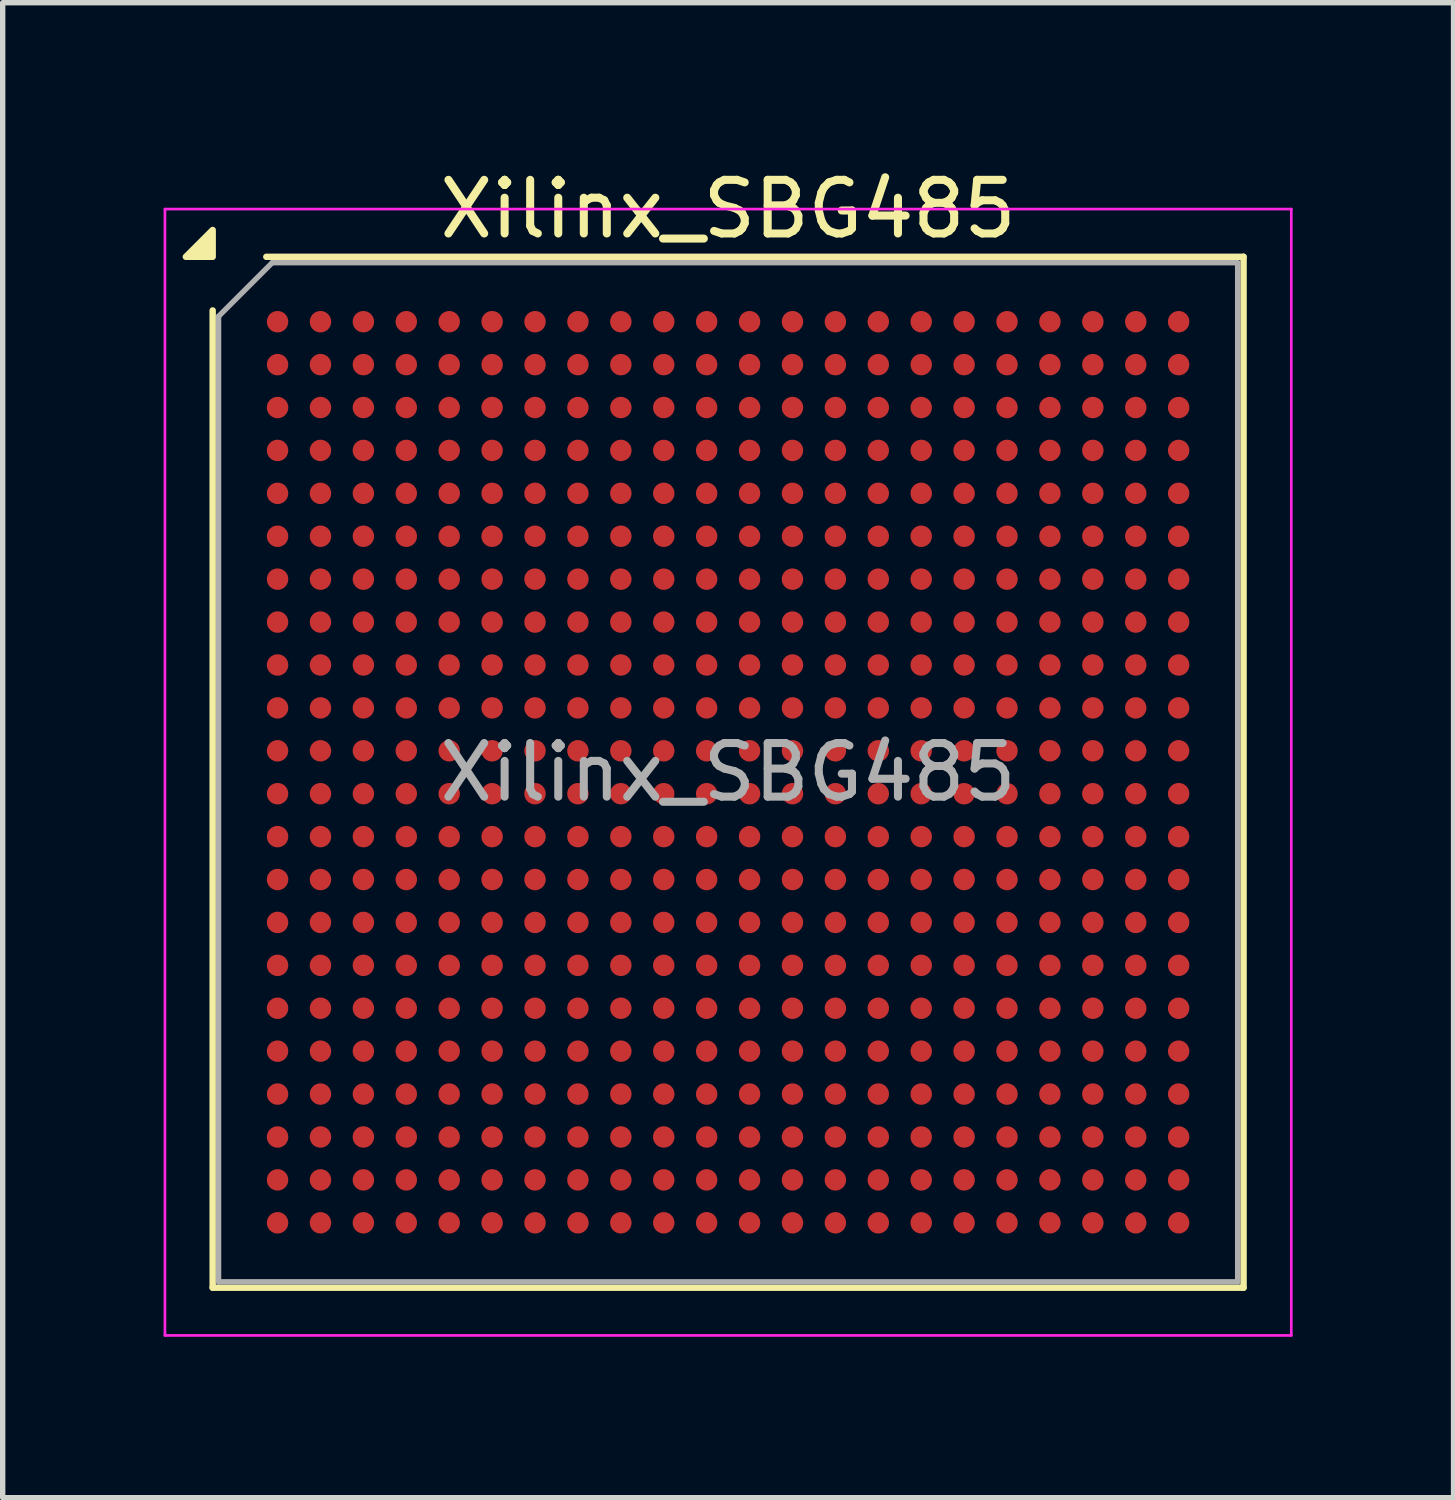
<source format=kicad_pcb>
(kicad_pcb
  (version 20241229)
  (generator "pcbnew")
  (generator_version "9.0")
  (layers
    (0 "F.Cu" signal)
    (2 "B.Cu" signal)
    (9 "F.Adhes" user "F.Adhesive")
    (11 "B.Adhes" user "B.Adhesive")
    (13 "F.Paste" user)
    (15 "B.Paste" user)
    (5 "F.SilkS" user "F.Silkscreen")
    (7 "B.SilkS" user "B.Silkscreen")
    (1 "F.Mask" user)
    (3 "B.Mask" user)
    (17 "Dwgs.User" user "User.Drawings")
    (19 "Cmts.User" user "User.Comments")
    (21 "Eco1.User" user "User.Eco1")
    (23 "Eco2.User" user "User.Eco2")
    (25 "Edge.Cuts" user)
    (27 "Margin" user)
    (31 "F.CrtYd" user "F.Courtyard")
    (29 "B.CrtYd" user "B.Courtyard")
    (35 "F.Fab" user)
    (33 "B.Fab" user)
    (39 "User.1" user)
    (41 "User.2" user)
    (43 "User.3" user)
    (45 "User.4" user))
  (footprint "Xilinx_SBG485"
    (layer "F.Cu")
    (at 10.525 11.348)
    (property "Reference" "Xilinx_SBG485" (at 0 -10.5 0) (layer "F.SilkS") (effects (font (size 1 1) (thickness 0.15))))
    (attr smd)
    (fp_line (start -9.61 9.61) (end -9.61 -8.61) (stroke (width 0.12) (type solid)) (layer "F.SilkS"))
    (fp_line (start -8.61 -9.61) (end 9.61 -9.61) (stroke (width 0.12) (type solid)) (layer "F.SilkS"))
    (fp_line (start 9.61 -9.61) (end 9.61 9.61) (stroke (width 0.12) (type solid)) (layer "F.SilkS"))
    (fp_line (start 9.61 9.61) (end -9.61 9.61) (stroke (width 0.12) (type solid)) (layer "F.SilkS"))
    (fp_poly (pts (xy -9.61 -9.61) (xy -10.11 -9.61) (xy -9.61 -10.11)) (stroke (width 0.12) (type solid)) (fill yes) (layer "F.SilkS"))
    (fp_line (start -10.5 -10.5) (end -10.5 10.5) (stroke (width 0.05) (type solid)) (layer "F.CrtYd"))
    (fp_line (start -10.5 10.5) (end 10.5 10.5) (stroke (width 0.05) (type solid)) (layer "F.CrtYd"))
    (fp_line (start 10.5 -10.5) (end -10.5 -10.5) (stroke (width 0.05) (type solid)) (layer "F.CrtYd"))
    (fp_line (start 10.5 10.5) (end 10.5 -10.5) (stroke (width 0.05) (type solid)) (layer "F.CrtYd"))
    (fp_line (start -9.5 -8.5) (end -8.5 -9.5) (stroke (width 0.1) (type solid)) (layer "F.Fab"))
    (fp_line (start -9.5 9.5) (end -9.5 -8.5) (stroke (width 0.1) (type solid)) (layer "F.Fab"))
    (fp_line (start -8.5 -9.5) (end 9.5 -9.5) (stroke (width 0.1) (type solid)) (layer "F.Fab"))
    (fp_line (start 9.5 -9.5) (end 9.5 9.5) (stroke (width 0.1) (type solid)) (layer "F.Fab"))
    (fp_line (start 9.5 9.5) (end -9.5 9.5) (stroke (width 0.1) (type solid)) (layer "F.Fab"))
    (fp_text user "${REFERENCE}" (at 0 0 0) (layer "F.Fab") (effects (font (size 1 1) (thickness 0.15))))
    (pad "A1" smd circle (at -8.4 -8.4) (size 0.4 0.4) (property pad_prop_bga) (layers "F.Cu" "F.Mask" "F.Paste"))
    (pad "A2" smd circle (at -7.6 -8.4) (size 0.4 0.4) (property pad_prop_bga) (layers "F.Cu" "F.Mask" "F.Paste"))
    (pad "A3" smd circle (at -6.8 -8.4) (size 0.4 0.4) (property pad_prop_bga) (layers "F.Cu" "F.Mask" "F.Paste"))
    (pad "A4" smd circle (at -6 -8.4) (size 0.4 0.4) (property pad_prop_bga) (layers "F.Cu" "F.Mask" "F.Paste"))
    (pad "A5" smd circle (at -5.2 -8.4) (size 0.4 0.4) (property pad_prop_bga) (layers "F.Cu" "F.Mask" "F.Paste"))
    (pad "A6" smd circle (at -4.4 -8.4) (size 0.4 0.4) (property pad_prop_bga) (layers "F.Cu" "F.Mask" "F.Paste"))
    (pad "A7" smd circle (at -3.6 -8.4) (size 0.4 0.4) (property pad_prop_bga) (layers "F.Cu" "F.Mask" "F.Paste"))
    (pad "A8" smd circle (at -2.8 -8.4) (size 0.4 0.4) (property pad_prop_bga) (layers "F.Cu" "F.Mask" "F.Paste"))
    (pad "A9" smd circle (at -2 -8.4) (size 0.4 0.4) (property pad_prop_bga) (layers "F.Cu" "F.Mask" "F.Paste"))
    (pad "A10" smd circle (at -1.2 -8.4) (size 0.4 0.4) (property pad_prop_bga) (layers "F.Cu" "F.Mask" "F.Paste"))
    (pad "A11" smd circle (at -0.4 -8.4) (size 0.4 0.4) (property pad_prop_bga) (layers "F.Cu" "F.Mask" "F.Paste"))
    (pad "A12" smd circle (at 0.4 -8.4) (size 0.4 0.4) (property pad_prop_bga) (layers "F.Cu" "F.Mask" "F.Paste"))
    (pad "A13" smd circle (at 1.2 -8.4) (size 0.4 0.4) (property pad_prop_bga) (layers "F.Cu" "F.Mask" "F.Paste"))
    (pad "A14" smd circle (at 2 -8.4) (size 0.4 0.4) (property pad_prop_bga) (layers "F.Cu" "F.Mask" "F.Paste"))
    (pad "A15" smd circle (at 2.8 -8.4) (size 0.4 0.4) (property pad_prop_bga) (layers "F.Cu" "F.Mask" "F.Paste"))
    (pad "A16" smd circle (at 3.6 -8.4) (size 0.4 0.4) (property pad_prop_bga) (layers "F.Cu" "F.Mask" "F.Paste"))
    (pad "A17" smd circle (at 4.4 -8.4) (size 0.4 0.4) (property pad_prop_bga) (layers "F.Cu" "F.Mask" "F.Paste"))
    (pad "A18" smd circle (at 5.2 -8.4) (size 0.4 0.4) (property pad_prop_bga) (layers "F.Cu" "F.Mask" "F.Paste"))
    (pad "A19" smd circle (at 6 -8.4) (size 0.4 0.4) (property pad_prop_bga) (layers "F.Cu" "F.Mask" "F.Paste"))
    (pad "A20" smd circle (at 6.8 -8.4) (size 0.4 0.4) (property pad_prop_bga) (layers "F.Cu" "F.Mask" "F.Paste"))
    (pad "A21" smd circle (at 7.6 -8.4) (size 0.4 0.4) (property pad_prop_bga) (layers "F.Cu" "F.Mask" "F.Paste"))
    (pad "A22" smd circle (at 8.4 -8.4) (size 0.4 0.4) (property pad_prop_bga) (layers "F.Cu" "F.Mask" "F.Paste"))
    (pad "AA1" smd circle (at -8.4 7.6) (size 0.4 0.4) (property pad_prop_bga) (layers "F.Cu" "F.Mask" "F.Paste"))
    (pad "AA2" smd circle (at -7.6 7.6) (size 0.4 0.4) (property pad_prop_bga) (layers "F.Cu" "F.Mask" "F.Paste"))
    (pad "AA3" smd circle (at -6.8 7.6) (size 0.4 0.4) (property pad_prop_bga) (layers "F.Cu" "F.Mask" "F.Paste"))
    (pad "AA4" smd circle (at -6 7.6) (size 0.4 0.4) (property pad_prop_bga) (layers "F.Cu" "F.Mask" "F.Paste"))
    (pad "AA5" smd circle (at -5.2 7.6) (size 0.4 0.4) (property pad_prop_bga) (layers "F.Cu" "F.Mask" "F.Paste"))
    (pad "AA6" smd circle (at -4.4 7.6) (size 0.4 0.4) (property pad_prop_bga) (layers "F.Cu" "F.Mask" "F.Paste"))
    (pad "AA7" smd circle (at -3.6 7.6) (size 0.4 0.4) (property pad_prop_bga) (layers "F.Cu" "F.Mask" "F.Paste"))
    (pad "AA8" smd circle (at -2.8 7.6) (size 0.4 0.4) (property pad_prop_bga) (layers "F.Cu" "F.Mask" "F.Paste"))
    (pad "AA9" smd circle (at -2 7.6) (size 0.4 0.4) (property pad_prop_bga) (layers "F.Cu" "F.Mask" "F.Paste"))
    (pad "AA10" smd circle (at -1.2 7.6) (size 0.4 0.4) (property pad_prop_bga) (layers "F.Cu" "F.Mask" "F.Paste"))
    (pad "AA11" smd circle (at -0.4 7.6) (size 0.4 0.4) (property pad_prop_bga) (layers "F.Cu" "F.Mask" "F.Paste"))
    (pad "AA12" smd circle (at 0.4 7.6) (size 0.4 0.4) (property pad_prop_bga) (layers "F.Cu" "F.Mask" "F.Paste"))
    (pad "AA13" smd circle (at 1.2 7.6) (size 0.4 0.4) (property pad_prop_bga) (layers "F.Cu" "F.Mask" "F.Paste"))
    (pad "AA14" smd circle (at 2 7.6) (size 0.4 0.4) (property pad_prop_bga) (layers "F.Cu" "F.Mask" "F.Paste"))
    (pad "AA15" smd circle (at 2.8 7.6) (size 0.4 0.4) (property pad_prop_bga) (layers "F.Cu" "F.Mask" "F.Paste"))
    (pad "AA16" smd circle (at 3.6 7.6) (size 0.4 0.4) (property pad_prop_bga) (layers "F.Cu" "F.Mask" "F.Paste"))
    (pad "AA17" smd circle (at 4.4 7.6) (size 0.4 0.4) (property pad_prop_bga) (layers "F.Cu" "F.Mask" "F.Paste"))
    (pad "AA18" smd circle (at 5.2 7.6) (size 0.4 0.4) (property pad_prop_bga) (layers "F.Cu" "F.Mask" "F.Paste"))
    (pad "AA19" smd circle (at 6 7.6) (size 0.4 0.4) (property pad_prop_bga) (layers "F.Cu" "F.Mask" "F.Paste"))
    (pad "AA20" smd circle (at 6.8 7.6) (size 0.4 0.4) (property pad_prop_bga) (layers "F.Cu" "F.Mask" "F.Paste"))
    (pad "AA21" smd circle (at 7.6 7.6) (size 0.4 0.4) (property pad_prop_bga) (layers "F.Cu" "F.Mask" "F.Paste"))
    (pad "AA22" smd circle (at 8.4 7.6) (size 0.4 0.4) (property pad_prop_bga) (layers "F.Cu" "F.Mask" "F.Paste"))
    (pad "AB1" smd circle (at -8.4 8.4) (size 0.4 0.4) (property pad_prop_bga) (layers "F.Cu" "F.Mask" "F.Paste"))
    (pad "AB2" smd circle (at -7.6 8.4) (size 0.4 0.4) (property pad_prop_bga) (layers "F.Cu" "F.Mask" "F.Paste"))
    (pad "AB3" smd circle (at -6.8 8.4) (size 0.4 0.4) (property pad_prop_bga) (layers "F.Cu" "F.Mask" "F.Paste"))
    (pad "AB4" smd circle (at -6 8.4) (size 0.4 0.4) (property pad_prop_bga) (layers "F.Cu" "F.Mask" "F.Paste"))
    (pad "AB5" smd circle (at -5.2 8.4) (size 0.4 0.4) (property pad_prop_bga) (layers "F.Cu" "F.Mask" "F.Paste"))
    (pad "AB6" smd circle (at -4.4 8.4) (size 0.4 0.4) (property pad_prop_bga) (layers "F.Cu" "F.Mask" "F.Paste"))
    (pad "AB7" smd circle (at -3.6 8.4) (size 0.4 0.4) (property pad_prop_bga) (layers "F.Cu" "F.Mask" "F.Paste"))
    (pad "AB8" smd circle (at -2.8 8.4) (size 0.4 0.4) (property pad_prop_bga) (layers "F.Cu" "F.Mask" "F.Paste"))
    (pad "AB9" smd circle (at -2 8.4) (size 0.4 0.4) (property pad_prop_bga) (layers "F.Cu" "F.Mask" "F.Paste"))
    (pad "AB10" smd circle (at -1.2 8.4) (size 0.4 0.4) (property pad_prop_bga) (layers "F.Cu" "F.Mask" "F.Paste"))
    (pad "AB11" smd circle (at -0.4 8.4) (size 0.4 0.4) (property pad_prop_bga) (layers "F.Cu" "F.Mask" "F.Paste"))
    (pad "AB12" smd circle (at 0.4 8.4) (size 0.4 0.4) (property pad_prop_bga) (layers "F.Cu" "F.Mask" "F.Paste"))
    (pad "AB13" smd circle (at 1.2 8.4) (size 0.4 0.4) (property pad_prop_bga) (layers "F.Cu" "F.Mask" "F.Paste"))
    (pad "AB14" smd circle (at 2 8.4) (size 0.4 0.4) (property pad_prop_bga) (layers "F.Cu" "F.Mask" "F.Paste"))
    (pad "AB15" smd circle (at 2.8 8.4) (size 0.4 0.4) (property pad_prop_bga) (layers "F.Cu" "F.Mask" "F.Paste"))
    (pad "AB16" smd circle (at 3.6 8.4) (size 0.4 0.4) (property pad_prop_bga) (layers "F.Cu" "F.Mask" "F.Paste"))
    (pad "AB17" smd circle (at 4.4 8.4) (size 0.4 0.4) (property pad_prop_bga) (layers "F.Cu" "F.Mask" "F.Paste"))
    (pad "AB18" smd circle (at 5.2 8.4) (size 0.4 0.4) (property pad_prop_bga) (layers "F.Cu" "F.Mask" "F.Paste"))
    (pad "AB19" smd circle (at 6 8.4) (size 0.4 0.4) (property pad_prop_bga) (layers "F.Cu" "F.Mask" "F.Paste"))
    (pad "AB20" smd circle (at 6.8 8.4) (size 0.4 0.4) (property pad_prop_bga) (layers "F.Cu" "F.Mask" "F.Paste"))
    (pad "AB21" smd circle (at 7.6 8.4) (size 0.4 0.4) (property pad_prop_bga) (layers "F.Cu" "F.Mask" "F.Paste"))
    (pad "AB22" smd circle (at 8.4 8.4) (size 0.4 0.4) (property pad_prop_bga) (layers "F.Cu" "F.Mask" "F.Paste"))
    (pad "B1" smd circle (at -8.4 -7.6) (size 0.4 0.4) (property pad_prop_bga) (layers "F.Cu" "F.Mask" "F.Paste"))
    (pad "B2" smd circle (at -7.6 -7.6) (size 0.4 0.4) (property pad_prop_bga) (layers "F.Cu" "F.Mask" "F.Paste"))
    (pad "B3" smd circle (at -6.8 -7.6) (size 0.4 0.4) (property pad_prop_bga) (layers "F.Cu" "F.Mask" "F.Paste"))
    (pad "B4" smd circle (at -6 -7.6) (size 0.4 0.4) (property pad_prop_bga) (layers "F.Cu" "F.Mask" "F.Paste"))
    (pad "B5" smd circle (at -5.2 -7.6) (size 0.4 0.4) (property pad_prop_bga) (layers "F.Cu" "F.Mask" "F.Paste"))
    (pad "B6" smd circle (at -4.4 -7.6) (size 0.4 0.4) (property pad_prop_bga) (layers "F.Cu" "F.Mask" "F.Paste"))
    (pad "B7" smd circle (at -3.6 -7.6) (size 0.4 0.4) (property pad_prop_bga) (layers "F.Cu" "F.Mask" "F.Paste"))
    (pad "B8" smd circle (at -2.8 -7.6) (size 0.4 0.4) (property pad_prop_bga) (layers "F.Cu" "F.Mask" "F.Paste"))
    (pad "B9" smd circle (at -2 -7.6) (size 0.4 0.4) (property pad_prop_bga) (layers "F.Cu" "F.Mask" "F.Paste"))
    (pad "B10" smd circle (at -1.2 -7.6) (size 0.4 0.4) (property pad_prop_bga) (layers "F.Cu" "F.Mask" "F.Paste"))
    (pad "B11" smd circle (at -0.4 -7.6) (size 0.4 0.4) (property pad_prop_bga) (layers "F.Cu" "F.Mask" "F.Paste"))
    (pad "B12" smd circle (at 0.4 -7.6) (size 0.4 0.4) (property pad_prop_bga) (layers "F.Cu" "F.Mask" "F.Paste"))
    (pad "B13" smd circle (at 1.2 -7.6) (size 0.4 0.4) (property pad_prop_bga) (layers "F.Cu" "F.Mask" "F.Paste"))
    (pad "B14" smd circle (at 2 -7.6) (size 0.4 0.4) (property pad_prop_bga) (layers "F.Cu" "F.Mask" "F.Paste"))
    (pad "B15" smd circle (at 2.8 -7.6) (size 0.4 0.4) (property pad_prop_bga) (layers "F.Cu" "F.Mask" "F.Paste"))
    (pad "B16" smd circle (at 3.6 -7.6) (size 0.4 0.4) (property pad_prop_bga) (layers "F.Cu" "F.Mask" "F.Paste"))
    (pad "B17" smd circle (at 4.4 -7.6) (size 0.4 0.4) (property pad_prop_bga) (layers "F.Cu" "F.Mask" "F.Paste"))
    (pad "B18" smd circle (at 5.2 -7.6) (size 0.4 0.4) (property pad_prop_bga) (layers "F.Cu" "F.Mask" "F.Paste"))
    (pad "B19" smd circle (at 6 -7.6) (size 0.4 0.4) (property pad_prop_bga) (layers "F.Cu" "F.Mask" "F.Paste"))
    (pad "B20" smd circle (at 6.8 -7.6) (size 0.4 0.4) (property pad_prop_bga) (layers "F.Cu" "F.Mask" "F.Paste"))
    (pad "B21" smd circle (at 7.6 -7.6) (size 0.4 0.4) (property pad_prop_bga) (layers "F.Cu" "F.Mask" "F.Paste"))
    (pad "B22" smd circle (at 8.4 -7.6) (size 0.4 0.4) (property pad_prop_bga) (layers "F.Cu" "F.Mask" "F.Paste"))
    (pad "C1" smd circle (at -8.4 -6.8) (size 0.4 0.4) (property pad_prop_bga) (layers "F.Cu" "F.Mask" "F.Paste"))
    (pad "C2" smd circle (at -7.6 -6.8) (size 0.4 0.4) (property pad_prop_bga) (layers "F.Cu" "F.Mask" "F.Paste"))
    (pad "C3" smd circle (at -6.8 -6.8) (size 0.4 0.4) (property pad_prop_bga) (layers "F.Cu" "F.Mask" "F.Paste"))
    (pad "C4" smd circle (at -6 -6.8) (size 0.4 0.4) (property pad_prop_bga) (layers "F.Cu" "F.Mask" "F.Paste"))
    (pad "C5" smd circle (at -5.2 -6.8) (size 0.4 0.4) (property pad_prop_bga) (layers "F.Cu" "F.Mask" "F.Paste"))
    (pad "C6" smd circle (at -4.4 -6.8) (size 0.4 0.4) (property pad_prop_bga) (layers "F.Cu" "F.Mask" "F.Paste"))
    (pad "C7" smd circle (at -3.6 -6.8) (size 0.4 0.4) (property pad_prop_bga) (layers "F.Cu" "F.Mask" "F.Paste"))
    (pad "C8" smd circle (at -2.8 -6.8) (size 0.4 0.4) (property pad_prop_bga) (layers "F.Cu" "F.Mask" "F.Paste"))
    (pad "C9" smd circle (at -2 -6.8) (size 0.4 0.4) (property pad_prop_bga) (layers "F.Cu" "F.Mask" "F.Paste"))
    (pad "C10" smd circle (at -1.2 -6.8) (size 0.4 0.4) (property pad_prop_bga) (layers "F.Cu" "F.Mask" "F.Paste"))
    (pad "C11" smd circle (at -0.4 -6.8) (size 0.4 0.4) (property pad_prop_bga) (layers "F.Cu" "F.Mask" "F.Paste"))
    (pad "C12" smd circle (at 0.4 -6.8) (size 0.4 0.4) (property pad_prop_bga) (layers "F.Cu" "F.Mask" "F.Paste"))
    (pad "C13" smd circle (at 1.2 -6.8) (size 0.4 0.4) (property pad_prop_bga) (layers "F.Cu" "F.Mask" "F.Paste"))
    (pad "C14" smd circle (at 2 -6.8) (size 0.4 0.4) (property pad_prop_bga) (layers "F.Cu" "F.Mask" "F.Paste"))
    (pad "C15" smd circle (at 2.8 -6.8) (size 0.4 0.4) (property pad_prop_bga) (layers "F.Cu" "F.Mask" "F.Paste"))
    (pad "C16" smd circle (at 3.6 -6.8) (size 0.4 0.4) (property pad_prop_bga) (layers "F.Cu" "F.Mask" "F.Paste"))
    (pad "C17" smd circle (at 4.4 -6.8) (size 0.4 0.4) (property pad_prop_bga) (layers "F.Cu" "F.Mask" "F.Paste"))
    (pad "C18" smd circle (at 5.2 -6.8) (size 0.4 0.4) (property pad_prop_bga) (layers "F.Cu" "F.Mask" "F.Paste"))
    (pad "C19" smd circle (at 6 -6.8) (size 0.4 0.4) (property pad_prop_bga) (layers "F.Cu" "F.Mask" "F.Paste"))
    (pad "C20" smd circle (at 6.8 -6.8) (size 0.4 0.4) (property pad_prop_bga) (layers "F.Cu" "F.Mask" "F.Paste"))
    (pad "C21" smd circle (at 7.6 -6.8) (size 0.4 0.4) (property pad_prop_bga) (layers "F.Cu" "F.Mask" "F.Paste"))
    (pad "C22" smd circle (at 8.4 -6.8) (size 0.4 0.4) (property pad_prop_bga) (layers "F.Cu" "F.Mask" "F.Paste"))
    (pad "D1" smd circle (at -8.4 -6) (size 0.4 0.4) (property pad_prop_bga) (layers "F.Cu" "F.Mask" "F.Paste"))
    (pad "D2" smd circle (at -7.6 -6) (size 0.4 0.4) (property pad_prop_bga) (layers "F.Cu" "F.Mask" "F.Paste"))
    (pad "D3" smd circle (at -6.8 -6) (size 0.4 0.4) (property pad_prop_bga) (layers "F.Cu" "F.Mask" "F.Paste"))
    (pad "D4" smd circle (at -6 -6) (size 0.4 0.4) (property pad_prop_bga) (layers "F.Cu" "F.Mask" "F.Paste"))
    (pad "D5" smd circle (at -5.2 -6) (size 0.4 0.4) (property pad_prop_bga) (layers "F.Cu" "F.Mask" "F.Paste"))
    (pad "D6" smd circle (at -4.4 -6) (size 0.4 0.4) (property pad_prop_bga) (layers "F.Cu" "F.Mask" "F.Paste"))
    (pad "D7" smd circle (at -3.6 -6) (size 0.4 0.4) (property pad_prop_bga) (layers "F.Cu" "F.Mask" "F.Paste"))
    (pad "D8" smd circle (at -2.8 -6) (size 0.4 0.4) (property pad_prop_bga) (layers "F.Cu" "F.Mask" "F.Paste"))
    (pad "D9" smd circle (at -2 -6) (size 0.4 0.4) (property pad_prop_bga) (layers "F.Cu" "F.Mask" "F.Paste"))
    (pad "D10" smd circle (at -1.2 -6) (size 0.4 0.4) (property pad_prop_bga) (layers "F.Cu" "F.Mask" "F.Paste"))
    (pad "D11" smd circle (at -0.4 -6) (size 0.4 0.4) (property pad_prop_bga) (layers "F.Cu" "F.Mask" "F.Paste"))
    (pad "D12" smd circle (at 0.4 -6) (size 0.4 0.4) (property pad_prop_bga) (layers "F.Cu" "F.Mask" "F.Paste"))
    (pad "D13" smd circle (at 1.2 -6) (size 0.4 0.4) (property pad_prop_bga) (layers "F.Cu" "F.Mask" "F.Paste"))
    (pad "D14" smd circle (at 2 -6) (size 0.4 0.4) (property pad_prop_bga) (layers "F.Cu" "F.Mask" "F.Paste"))
    (pad "D15" smd circle (at 2.8 -6) (size 0.4 0.4) (property pad_prop_bga) (layers "F.Cu" "F.Mask" "F.Paste"))
    (pad "D16" smd circle (at 3.6 -6) (size 0.4 0.4) (property pad_prop_bga) (layers "F.Cu" "F.Mask" "F.Paste"))
    (pad "D17" smd circle (at 4.4 -6) (size 0.4 0.4) (property pad_prop_bga) (layers "F.Cu" "F.Mask" "F.Paste"))
    (pad "D18" smd circle (at 5.2 -6) (size 0.4 0.4) (property pad_prop_bga) (layers "F.Cu" "F.Mask" "F.Paste"))
    (pad "D19" smd circle (at 6 -6) (size 0.4 0.4) (property pad_prop_bga) (layers "F.Cu" "F.Mask" "F.Paste"))
    (pad "D20" smd circle (at 6.8 -6) (size 0.4 0.4) (property pad_prop_bga) (layers "F.Cu" "F.Mask" "F.Paste"))
    (pad "D21" smd circle (at 7.6 -6) (size 0.4 0.4) (property pad_prop_bga) (layers "F.Cu" "F.Mask" "F.Paste"))
    (pad "D22" smd circle (at 8.4 -6) (size 0.4 0.4) (property pad_prop_bga) (layers "F.Cu" "F.Mask" "F.Paste"))
    (pad "E1" smd circle (at -8.4 -5.2) (size 0.4 0.4) (property pad_prop_bga) (layers "F.Cu" "F.Mask" "F.Paste"))
    (pad "E2" smd circle (at -7.6 -5.2) (size 0.4 0.4) (property pad_prop_bga) (layers "F.Cu" "F.Mask" "F.Paste"))
    (pad "E3" smd circle (at -6.8 -5.2) (size 0.4 0.4) (property pad_prop_bga) (layers "F.Cu" "F.Mask" "F.Paste"))
    (pad "E4" smd circle (at -6 -5.2) (size 0.4 0.4) (property pad_prop_bga) (layers "F.Cu" "F.Mask" "F.Paste"))
    (pad "E5" smd circle (at -5.2 -5.2) (size 0.4 0.4) (property pad_prop_bga) (layers "F.Cu" "F.Mask" "F.Paste"))
    (pad "E6" smd circle (at -4.4 -5.2) (size 0.4 0.4) (property pad_prop_bga) (layers "F.Cu" "F.Mask" "F.Paste"))
    (pad "E7" smd circle (at -3.6 -5.2) (size 0.4 0.4) (property pad_prop_bga) (layers "F.Cu" "F.Mask" "F.Paste"))
    (pad "E8" smd circle (at -2.8 -5.2) (size 0.4 0.4) (property pad_prop_bga) (layers "F.Cu" "F.Mask" "F.Paste"))
    (pad "E9" smd circle (at -2 -5.2) (size 0.4 0.4) (property pad_prop_bga) (layers "F.Cu" "F.Mask" "F.Paste"))
    (pad "E10" smd circle (at -1.2 -5.2) (size 0.4 0.4) (property pad_prop_bga) (layers "F.Cu" "F.Mask" "F.Paste"))
    (pad "E11" smd circle (at -0.4 -5.2) (size 0.4 0.4) (property pad_prop_bga) (layers "F.Cu" "F.Mask" "F.Paste"))
    (pad "E12" smd circle (at 0.4 -5.2) (size 0.4 0.4) (property pad_prop_bga) (layers "F.Cu" "F.Mask" "F.Paste"))
    (pad "E13" smd circle (at 1.2 -5.2) (size 0.4 0.4) (property pad_prop_bga) (layers "F.Cu" "F.Mask" "F.Paste"))
    (pad "E14" smd circle (at 2 -5.2) (size 0.4 0.4) (property pad_prop_bga) (layers "F.Cu" "F.Mask" "F.Paste"))
    (pad "E15" smd circle (at 2.8 -5.2) (size 0.4 0.4) (property pad_prop_bga) (layers "F.Cu" "F.Mask" "F.Paste"))
    (pad "E16" smd circle (at 3.6 -5.2) (size 0.4 0.4) (property pad_prop_bga) (layers "F.Cu" "F.Mask" "F.Paste"))
    (pad "E17" smd circle (at 4.4 -5.2) (size 0.4 0.4) (property pad_prop_bga) (layers "F.Cu" "F.Mask" "F.Paste"))
    (pad "E18" smd circle (at 5.2 -5.2) (size 0.4 0.4) (property pad_prop_bga) (layers "F.Cu" "F.Mask" "F.Paste"))
    (pad "E19" smd circle (at 6 -5.2) (size 0.4 0.4) (property pad_prop_bga) (layers "F.Cu" "F.Mask" "F.Paste"))
    (pad "E20" smd circle (at 6.8 -5.2) (size 0.4 0.4) (property pad_prop_bga) (layers "F.Cu" "F.Mask" "F.Paste"))
    (pad "E21" smd circle (at 7.6 -5.2) (size 0.4 0.4) (property pad_prop_bga) (layers "F.Cu" "F.Mask" "F.Paste"))
    (pad "E22" smd circle (at 8.4 -5.2) (size 0.4 0.4) (property pad_prop_bga) (layers "F.Cu" "F.Mask" "F.Paste"))
    (pad "F1" smd circle (at -8.4 -4.4) (size 0.4 0.4) (property pad_prop_bga) (layers "F.Cu" "F.Mask" "F.Paste"))
    (pad "F2" smd circle (at -7.6 -4.4) (size 0.4 0.4) (property pad_prop_bga) (layers "F.Cu" "F.Mask" "F.Paste"))
    (pad "F3" smd circle (at -6.8 -4.4) (size 0.4 0.4) (property pad_prop_bga) (layers "F.Cu" "F.Mask" "F.Paste"))
    (pad "F4" smd circle (at -6 -4.4) (size 0.4 0.4) (property pad_prop_bga) (layers "F.Cu" "F.Mask" "F.Paste"))
    (pad "F5" smd circle (at -5.2 -4.4) (size 0.4 0.4) (property pad_prop_bga) (layers "F.Cu" "F.Mask" "F.Paste"))
    (pad "F6" smd circle (at -4.4 -4.4) (size 0.4 0.4) (property pad_prop_bga) (layers "F.Cu" "F.Mask" "F.Paste"))
    (pad "F7" smd circle (at -3.6 -4.4) (size 0.4 0.4) (property pad_prop_bga) (layers "F.Cu" "F.Mask" "F.Paste"))
    (pad "F8" smd circle (at -2.8 -4.4) (size 0.4 0.4) (property pad_prop_bga) (layers "F.Cu" "F.Mask" "F.Paste"))
    (pad "F9" smd circle (at -2 -4.4) (size 0.4 0.4) (property pad_prop_bga) (layers "F.Cu" "F.Mask" "F.Paste"))
    (pad "F10" smd circle (at -1.2 -4.4) (size 0.4 0.4) (property pad_prop_bga) (layers "F.Cu" "F.Mask" "F.Paste"))
    (pad "F11" smd circle (at -0.4 -4.4) (size 0.4 0.4) (property pad_prop_bga) (layers "F.Cu" "F.Mask" "F.Paste"))
    (pad "F12" smd circle (at 0.4 -4.4) (size 0.4 0.4) (property pad_prop_bga) (layers "F.Cu" "F.Mask" "F.Paste"))
    (pad "F13" smd circle (at 1.2 -4.4) (size 0.4 0.4) (property pad_prop_bga) (layers "F.Cu" "F.Mask" "F.Paste"))
    (pad "F14" smd circle (at 2 -4.4) (size 0.4 0.4) (property pad_prop_bga) (layers "F.Cu" "F.Mask" "F.Paste"))
    (pad "F15" smd circle (at 2.8 -4.4) (size 0.4 0.4) (property pad_prop_bga) (layers "F.Cu" "F.Mask" "F.Paste"))
    (pad "F16" smd circle (at 3.6 -4.4) (size 0.4 0.4) (property pad_prop_bga) (layers "F.Cu" "F.Mask" "F.Paste"))
    (pad "F17" smd circle (at 4.4 -4.4) (size 0.4 0.4) (property pad_prop_bga) (layers "F.Cu" "F.Mask" "F.Paste"))
    (pad "F18" smd circle (at 5.2 -4.4) (size 0.4 0.4) (property pad_prop_bga) (layers "F.Cu" "F.Mask" "F.Paste"))
    (pad "F19" smd circle (at 6 -4.4) (size 0.4 0.4) (property pad_prop_bga) (layers "F.Cu" "F.Mask" "F.Paste"))
    (pad "F20" smd circle (at 6.8 -4.4) (size 0.4 0.4) (property pad_prop_bga) (layers "F.Cu" "F.Mask" "F.Paste"))
    (pad "F21" smd circle (at 7.6 -4.4) (size 0.4 0.4) (property pad_prop_bga) (layers "F.Cu" "F.Mask" "F.Paste"))
    (pad "F22" smd circle (at 8.4 -4.4) (size 0.4 0.4) (property pad_prop_bga) (layers "F.Cu" "F.Mask" "F.Paste"))
    (pad "G1" smd circle (at -8.4 -3.6) (size 0.4 0.4) (property pad_prop_bga) (layers "F.Cu" "F.Mask" "F.Paste"))
    (pad "G2" smd circle (at -7.6 -3.6) (size 0.4 0.4) (property pad_prop_bga) (layers "F.Cu" "F.Mask" "F.Paste"))
    (pad "G3" smd circle (at -6.8 -3.6) (size 0.4 0.4) (property pad_prop_bga) (layers "F.Cu" "F.Mask" "F.Paste"))
    (pad "G4" smd circle (at -6 -3.6) (size 0.4 0.4) (property pad_prop_bga) (layers "F.Cu" "F.Mask" "F.Paste"))
    (pad "G5" smd circle (at -5.2 -3.6) (size 0.4 0.4) (property pad_prop_bga) (layers "F.Cu" "F.Mask" "F.Paste"))
    (pad "G6" smd circle (at -4.4 -3.6) (size 0.4 0.4) (property pad_prop_bga) (layers "F.Cu" "F.Mask" "F.Paste"))
    (pad "G7" smd circle (at -3.6 -3.6) (size 0.4 0.4) (property pad_prop_bga) (layers "F.Cu" "F.Mask" "F.Paste"))
    (pad "G8" smd circle (at -2.8 -3.6) (size 0.4 0.4) (property pad_prop_bga) (layers "F.Cu" "F.Mask" "F.Paste"))
    (pad "G9" smd circle (at -2 -3.6) (size 0.4 0.4) (property pad_prop_bga) (layers "F.Cu" "F.Mask" "F.Paste"))
    (pad "G10" smd circle (at -1.2 -3.6) (size 0.4 0.4) (property pad_prop_bga) (layers "F.Cu" "F.Mask" "F.Paste"))
    (pad "G11" smd circle (at -0.4 -3.6) (size 0.4 0.4) (property pad_prop_bga) (layers "F.Cu" "F.Mask" "F.Paste"))
    (pad "G12" smd circle (at 0.4 -3.6) (size 0.4 0.4) (property pad_prop_bga) (layers "F.Cu" "F.Mask" "F.Paste"))
    (pad "G13" smd circle (at 1.2 -3.6) (size 0.4 0.4) (property pad_prop_bga) (layers "F.Cu" "F.Mask" "F.Paste"))
    (pad "G14" smd circle (at 2 -3.6) (size 0.4 0.4) (property pad_prop_bga) (layers "F.Cu" "F.Mask" "F.Paste"))
    (pad "G15" smd circle (at 2.8 -3.6) (size 0.4 0.4) (property pad_prop_bga) (layers "F.Cu" "F.Mask" "F.Paste"))
    (pad "G16" smd circle (at 3.6 -3.6) (size 0.4 0.4) (property pad_prop_bga) (layers "F.Cu" "F.Mask" "F.Paste"))
    (pad "G17" smd circle (at 4.4 -3.6) (size 0.4 0.4) (property pad_prop_bga) (layers "F.Cu" "F.Mask" "F.Paste"))
    (pad "G18" smd circle (at 5.2 -3.6) (size 0.4 0.4) (property pad_prop_bga) (layers "F.Cu" "F.Mask" "F.Paste"))
    (pad "G19" smd circle (at 6 -3.6) (size 0.4 0.4) (property pad_prop_bga) (layers "F.Cu" "F.Mask" "F.Paste"))
    (pad "G20" smd circle (at 6.8 -3.6) (size 0.4 0.4) (property pad_prop_bga) (layers "F.Cu" "F.Mask" "F.Paste"))
    (pad "G21" smd circle (at 7.6 -3.6) (size 0.4 0.4) (property pad_prop_bga) (layers "F.Cu" "F.Mask" "F.Paste"))
    (pad "G22" smd circle (at 8.4 -3.6) (size 0.4 0.4) (property pad_prop_bga) (layers "F.Cu" "F.Mask" "F.Paste"))
    (pad "H1" smd circle (at -8.4 -2.8) (size 0.4 0.4) (property pad_prop_bga) (layers "F.Cu" "F.Mask" "F.Paste"))
    (pad "H2" smd circle (at -7.6 -2.8) (size 0.4 0.4) (property pad_prop_bga) (layers "F.Cu" "F.Mask" "F.Paste"))
    (pad "H3" smd circle (at -6.8 -2.8) (size 0.4 0.4) (property pad_prop_bga) (layers "F.Cu" "F.Mask" "F.Paste"))
    (pad "H4" smd circle (at -6 -2.8) (size 0.4 0.4) (property pad_prop_bga) (layers "F.Cu" "F.Mask" "F.Paste"))
    (pad "H5" smd circle (at -5.2 -2.8) (size 0.4 0.4) (property pad_prop_bga) (layers "F.Cu" "F.Mask" "F.Paste"))
    (pad "H6" smd circle (at -4.4 -2.8) (size 0.4 0.4) (property pad_prop_bga) (layers "F.Cu" "F.Mask" "F.Paste"))
    (pad "H7" smd circle (at -3.6 -2.8) (size 0.4 0.4) (property pad_prop_bga) (layers "F.Cu" "F.Mask" "F.Paste"))
    (pad "H8" smd circle (at -2.8 -2.8) (size 0.4 0.4) (property pad_prop_bga) (layers "F.Cu" "F.Mask" "F.Paste"))
    (pad "H9" smd circle (at -2 -2.8) (size 0.4 0.4) (property pad_prop_bga) (layers "F.Cu" "F.Mask" "F.Paste"))
    (pad "H10" smd circle (at -1.2 -2.8) (size 0.4 0.4) (property pad_prop_bga) (layers "F.Cu" "F.Mask" "F.Paste"))
    (pad "H11" smd circle (at -0.4 -2.8) (size 0.4 0.4) (property pad_prop_bga) (layers "F.Cu" "F.Mask" "F.Paste"))
    (pad "H12" smd circle (at 0.4 -2.8) (size 0.4 0.4) (property pad_prop_bga) (layers "F.Cu" "F.Mask" "F.Paste"))
    (pad "H13" smd circle (at 1.2 -2.8) (size 0.4 0.4) (property pad_prop_bga) (layers "F.Cu" "F.Mask" "F.Paste"))
    (pad "H14" smd circle (at 2 -2.8) (size 0.4 0.4) (property pad_prop_bga) (layers "F.Cu" "F.Mask" "F.Paste"))
    (pad "H15" smd circle (at 2.8 -2.8) (size 0.4 0.4) (property pad_prop_bga) (layers "F.Cu" "F.Mask" "F.Paste"))
    (pad "H16" smd circle (at 3.6 -2.8) (size 0.4 0.4) (property pad_prop_bga) (layers "F.Cu" "F.Mask" "F.Paste"))
    (pad "H17" smd circle (at 4.4 -2.8) (size 0.4 0.4) (property pad_prop_bga) (layers "F.Cu" "F.Mask" "F.Paste"))
    (pad "H18" smd circle (at 5.2 -2.8) (size 0.4 0.4) (property pad_prop_bga) (layers "F.Cu" "F.Mask" "F.Paste"))
    (pad "H19" smd circle (at 6 -2.8) (size 0.4 0.4) (property pad_prop_bga) (layers "F.Cu" "F.Mask" "F.Paste"))
    (pad "H20" smd circle (at 6.8 -2.8) (size 0.4 0.4) (property pad_prop_bga) (layers "F.Cu" "F.Mask" "F.Paste"))
    (pad "H21" smd circle (at 7.6 -2.8) (size 0.4 0.4) (property pad_prop_bga) (layers "F.Cu" "F.Mask" "F.Paste"))
    (pad "H22" smd circle (at 8.4 -2.8) (size 0.4 0.4) (property pad_prop_bga) (layers "F.Cu" "F.Mask" "F.Paste"))
    (pad "J1" smd circle (at -8.4 -2) (size 0.4 0.4) (property pad_prop_bga) (layers "F.Cu" "F.Mask" "F.Paste"))
    (pad "J2" smd circle (at -7.6 -2) (size 0.4 0.4) (property pad_prop_bga) (layers "F.Cu" "F.Mask" "F.Paste"))
    (pad "J3" smd circle (at -6.8 -2) (size 0.4 0.4) (property pad_prop_bga) (layers "F.Cu" "F.Mask" "F.Paste"))
    (pad "J4" smd circle (at -6 -2) (size 0.4 0.4) (property pad_prop_bga) (layers "F.Cu" "F.Mask" "F.Paste"))
    (pad "J5" smd circle (at -5.2 -2) (size 0.4 0.4) (property pad_prop_bga) (layers "F.Cu" "F.Mask" "F.Paste"))
    (pad "J6" smd circle (at -4.4 -2) (size 0.4 0.4) (property pad_prop_bga) (layers "F.Cu" "F.Mask" "F.Paste"))
    (pad "J7" smd circle (at -3.6 -2) (size 0.4 0.4) (property pad_prop_bga) (layers "F.Cu" "F.Mask" "F.Paste"))
    (pad "J8" smd circle (at -2.8 -2) (size 0.4 0.4) (property pad_prop_bga) (layers "F.Cu" "F.Mask" "F.Paste"))
    (pad "J9" smd circle (at -2 -2) (size 0.4 0.4) (property pad_prop_bga) (layers "F.Cu" "F.Mask" "F.Paste"))
    (pad "J10" smd circle (at -1.2 -2) (size 0.4 0.4) (property pad_prop_bga) (layers "F.Cu" "F.Mask" "F.Paste"))
    (pad "J11" smd circle (at -0.4 -2) (size 0.4 0.4) (property pad_prop_bga) (layers "F.Cu" "F.Mask" "F.Paste"))
    (pad "J12" smd circle (at 0.4 -2) (size 0.4 0.4) (property pad_prop_bga) (layers "F.Cu" "F.Mask" "F.Paste"))
    (pad "J13" smd circle (at 1.2 -2) (size 0.4 0.4) (property pad_prop_bga) (layers "F.Cu" "F.Mask" "F.Paste"))
    (pad "J14" smd circle (at 2 -2) (size 0.4 0.4) (property pad_prop_bga) (layers "F.Cu" "F.Mask" "F.Paste"))
    (pad "J15" smd circle (at 2.8 -2) (size 0.4 0.4) (property pad_prop_bga) (layers "F.Cu" "F.Mask" "F.Paste"))
    (pad "J16" smd circle (at 3.6 -2) (size 0.4 0.4) (property pad_prop_bga) (layers "F.Cu" "F.Mask" "F.Paste"))
    (pad "J17" smd circle (at 4.4 -2) (size 0.4 0.4) (property pad_prop_bga) (layers "F.Cu" "F.Mask" "F.Paste"))
    (pad "J18" smd circle (at 5.2 -2) (size 0.4 0.4) (property pad_prop_bga) (layers "F.Cu" "F.Mask" "F.Paste"))
    (pad "J19" smd circle (at 6 -2) (size 0.4 0.4) (property pad_prop_bga) (layers "F.Cu" "F.Mask" "F.Paste"))
    (pad "J20" smd circle (at 6.8 -2) (size 0.4 0.4) (property pad_prop_bga) (layers "F.Cu" "F.Mask" "F.Paste"))
    (pad "J21" smd circle (at 7.6 -2) (size 0.4 0.4) (property pad_prop_bga) (layers "F.Cu" "F.Mask" "F.Paste"))
    (pad "J22" smd circle (at 8.4 -2) (size 0.4 0.4) (property pad_prop_bga) (layers "F.Cu" "F.Mask" "F.Paste"))
    (pad "K1" smd circle (at -8.4 -1.2) (size 0.4 0.4) (property pad_prop_bga) (layers "F.Cu" "F.Mask" "F.Paste"))
    (pad "K2" smd circle (at -7.6 -1.2) (size 0.4 0.4) (property pad_prop_bga) (layers "F.Cu" "F.Mask" "F.Paste"))
    (pad "K3" smd circle (at -6.8 -1.2) (size 0.4 0.4) (property pad_prop_bga) (layers "F.Cu" "F.Mask" "F.Paste"))
    (pad "K4" smd circle (at -6 -1.2) (size 0.4 0.4) (property pad_prop_bga) (layers "F.Cu" "F.Mask" "F.Paste"))
    (pad "K5" smd circle (at -5.2 -1.2) (size 0.4 0.4) (property pad_prop_bga) (layers "F.Cu" "F.Mask" "F.Paste"))
    (pad "K6" smd circle (at -4.4 -1.2) (size 0.4 0.4) (property pad_prop_bga) (layers "F.Cu" "F.Mask" "F.Paste"))
    (pad "K7" smd circle (at -3.6 -1.2) (size 0.4 0.4) (property pad_prop_bga) (layers "F.Cu" "F.Mask" "F.Paste"))
    (pad "K8" smd circle (at -2.8 -1.2) (size 0.4 0.4) (property pad_prop_bga) (layers "F.Cu" "F.Mask" "F.Paste"))
    (pad "K9" smd circle (at -2 -1.2) (size 0.4 0.4) (property pad_prop_bga) (layers "F.Cu" "F.Mask" "F.Paste"))
    (pad "K10" smd circle (at -1.2 -1.2) (size 0.4 0.4) (property pad_prop_bga) (layers "F.Cu" "F.Mask" "F.Paste"))
    (pad "K11" smd circle (at -0.4 -1.2) (size 0.4 0.4) (property pad_prop_bga) (layers "F.Cu" "F.Mask" "F.Paste"))
    (pad "K12" smd circle (at 0.4 -1.2) (size 0.4 0.4) (property pad_prop_bga) (layers "F.Cu" "F.Mask" "F.Paste"))
    (pad "K13" smd circle (at 1.2 -1.2) (size 0.4 0.4) (property pad_prop_bga) (layers "F.Cu" "F.Mask" "F.Paste"))
    (pad "K14" smd circle (at 2 -1.2) (size 0.4 0.4) (property pad_prop_bga) (layers "F.Cu" "F.Mask" "F.Paste"))
    (pad "K15" smd circle (at 2.8 -1.2) (size 0.4 0.4) (property pad_prop_bga) (layers "F.Cu" "F.Mask" "F.Paste"))
    (pad "K16" smd circle (at 3.6 -1.2) (size 0.4 0.4) (property pad_prop_bga) (layers "F.Cu" "F.Mask" "F.Paste"))
    (pad "K17" smd circle (at 4.4 -1.2) (size 0.4 0.4) (property pad_prop_bga) (layers "F.Cu" "F.Mask" "F.Paste"))
    (pad "K18" smd circle (at 5.2 -1.2) (size 0.4 0.4) (property pad_prop_bga) (layers "F.Cu" "F.Mask" "F.Paste"))
    (pad "K19" smd circle (at 6 -1.2) (size 0.4 0.4) (property pad_prop_bga) (layers "F.Cu" "F.Mask" "F.Paste"))
    (pad "K20" smd circle (at 6.8 -1.2) (size 0.4 0.4) (property pad_prop_bga) (layers "F.Cu" "F.Mask" "F.Paste"))
    (pad "K21" smd circle (at 7.6 -1.2) (size 0.4 0.4) (property pad_prop_bga) (layers "F.Cu" "F.Mask" "F.Paste"))
    (pad "K22" smd circle (at 8.4 -1.2) (size 0.4 0.4) (property pad_prop_bga) (layers "F.Cu" "F.Mask" "F.Paste"))
    (pad "L1" smd circle (at -8.4 -0.4) (size 0.4 0.4) (property pad_prop_bga) (layers "F.Cu" "F.Mask" "F.Paste"))
    (pad "L2" smd circle (at -7.6 -0.4) (size 0.4 0.4) (property pad_prop_bga) (layers "F.Cu" "F.Mask" "F.Paste"))
    (pad "L3" smd circle (at -6.8 -0.4) (size 0.4 0.4) (property pad_prop_bga) (layers "F.Cu" "F.Mask" "F.Paste"))
    (pad "L4" smd circle (at -6 -0.4) (size 0.4 0.4) (property pad_prop_bga) (layers "F.Cu" "F.Mask" "F.Paste"))
    (pad "L5" smd circle (at -5.2 -0.4) (size 0.4 0.4) (property pad_prop_bga) (layers "F.Cu" "F.Mask" "F.Paste"))
    (pad "L6" smd circle (at -4.4 -0.4) (size 0.4 0.4) (property pad_prop_bga) (layers "F.Cu" "F.Mask" "F.Paste"))
    (pad "L7" smd circle (at -3.6 -0.4) (size 0.4 0.4) (property pad_prop_bga) (layers "F.Cu" "F.Mask" "F.Paste"))
    (pad "L8" smd circle (at -2.8 -0.4) (size 0.4 0.4) (property pad_prop_bga) (layers "F.Cu" "F.Mask" "F.Paste"))
    (pad "L9" smd circle (at -2 -0.4) (size 0.4 0.4) (property pad_prop_bga) (layers "F.Cu" "F.Mask" "F.Paste"))
    (pad "L10" smd circle (at -1.2 -0.4) (size 0.4 0.4) (property pad_prop_bga) (layers "F.Cu" "F.Mask" "F.Paste"))
    (pad "L11" smd circle (at -0.4 -0.4) (size 0.4 0.4) (property pad_prop_bga) (layers "F.Cu" "F.Mask" "F.Paste"))
    (pad "L12" smd circle (at 0.4 -0.4) (size 0.4 0.4) (property pad_prop_bga) (layers "F.Cu" "F.Mask" "F.Paste"))
    (pad "L13" smd circle (at 1.2 -0.4) (size 0.4 0.4) (property pad_prop_bga) (layers "F.Cu" "F.Mask" "F.Paste"))
    (pad "L14" smd circle (at 2 -0.4) (size 0.4 0.4) (property pad_prop_bga) (layers "F.Cu" "F.Mask" "F.Paste"))
    (pad "L15" smd circle (at 2.8 -0.4) (size 0.4 0.4) (property pad_prop_bga) (layers "F.Cu" "F.Mask" "F.Paste"))
    (pad "L16" smd circle (at 3.6 -0.4) (size 0.4 0.4) (property pad_prop_bga) (layers "F.Cu" "F.Mask" "F.Paste"))
    (pad "L17" smd circle (at 4.4 -0.4) (size 0.4 0.4) (property pad_prop_bga) (layers "F.Cu" "F.Mask" "F.Paste"))
    (pad "L18" smd circle (at 5.2 -0.4) (size 0.4 0.4) (property pad_prop_bga) (layers "F.Cu" "F.Mask" "F.Paste"))
    (pad "L19" smd circle (at 6 -0.4) (size 0.4 0.4) (property pad_prop_bga) (layers "F.Cu" "F.Mask" "F.Paste"))
    (pad "L20" smd circle (at 6.8 -0.4) (size 0.4 0.4) (property pad_prop_bga) (layers "F.Cu" "F.Mask" "F.Paste"))
    (pad "L21" smd circle (at 7.6 -0.4) (size 0.4 0.4) (property pad_prop_bga) (layers "F.Cu" "F.Mask" "F.Paste"))
    (pad "L22" smd circle (at 8.4 -0.4) (size 0.4 0.4) (property pad_prop_bga) (layers "F.Cu" "F.Mask" "F.Paste"))
    (pad "M1" smd circle (at -8.4 0.4) (size 0.4 0.4) (property pad_prop_bga) (layers "F.Cu" "F.Mask" "F.Paste"))
    (pad "M2" smd circle (at -7.6 0.4) (size 0.4 0.4) (property pad_prop_bga) (layers "F.Cu" "F.Mask" "F.Paste"))
    (pad "M3" smd circle (at -6.8 0.4) (size 0.4 0.4) (property pad_prop_bga) (layers "F.Cu" "F.Mask" "F.Paste"))
    (pad "M4" smd circle (at -6 0.4) (size 0.4 0.4) (property pad_prop_bga) (layers "F.Cu" "F.Mask" "F.Paste"))
    (pad "M5" smd circle (at -5.2 0.4) (size 0.4 0.4) (property pad_prop_bga) (layers "F.Cu" "F.Mask" "F.Paste"))
    (pad "M6" smd circle (at -4.4 0.4) (size 0.4 0.4) (property pad_prop_bga) (layers "F.Cu" "F.Mask" "F.Paste"))
    (pad "M7" smd circle (at -3.6 0.4) (size 0.4 0.4) (property pad_prop_bga) (layers "F.Cu" "F.Mask" "F.Paste"))
    (pad "M8" smd circle (at -2.8 0.4) (size 0.4 0.4) (property pad_prop_bga) (layers "F.Cu" "F.Mask" "F.Paste"))
    (pad "M9" smd circle (at -2 0.4) (size 0.4 0.4) (property pad_prop_bga) (layers "F.Cu" "F.Mask" "F.Paste"))
    (pad "M10" smd circle (at -1.2 0.4) (size 0.4 0.4) (property pad_prop_bga) (layers "F.Cu" "F.Mask" "F.Paste"))
    (pad "M11" smd circle (at -0.4 0.4) (size 0.4 0.4) (property pad_prop_bga) (layers "F.Cu" "F.Mask" "F.Paste"))
    (pad "M12" smd circle (at 0.4 0.4) (size 0.4 0.4) (property pad_prop_bga) (layers "F.Cu" "F.Mask" "F.Paste"))
    (pad "M13" smd circle (at 1.2 0.4) (size 0.4 0.4) (property pad_prop_bga) (layers "F.Cu" "F.Mask" "F.Paste"))
    (pad "M14" smd circle (at 2 0.4) (size 0.4 0.4) (property pad_prop_bga) (layers "F.Cu" "F.Mask" "F.Paste"))
    (pad "M15" smd circle (at 2.8 0.4) (size 0.4 0.4) (property pad_prop_bga) (layers "F.Cu" "F.Mask" "F.Paste"))
    (pad "M16" smd circle (at 3.6 0.4) (size 0.4 0.4) (property pad_prop_bga) (layers "F.Cu" "F.Mask" "F.Paste"))
    (pad "M17" smd circle (at 4.4 0.4) (size 0.4 0.4) (property pad_prop_bga) (layers "F.Cu" "F.Mask" "F.Paste"))
    (pad "M18" smd circle (at 5.2 0.4) (size 0.4 0.4) (property pad_prop_bga) (layers "F.Cu" "F.Mask" "F.Paste"))
    (pad "M19" smd circle (at 6 0.4) (size 0.4 0.4) (property pad_prop_bga) (layers "F.Cu" "F.Mask" "F.Paste"))
    (pad "M20" smd circle (at 6.8 0.4) (size 0.4 0.4) (property pad_prop_bga) (layers "F.Cu" "F.Mask" "F.Paste"))
    (pad "M21" smd circle (at 7.6 0.4) (size 0.4 0.4) (property pad_prop_bga) (layers "F.Cu" "F.Mask" "F.Paste"))
    (pad "M22" smd circle (at 8.4 0.4) (size 0.4 0.4) (property pad_prop_bga) (layers "F.Cu" "F.Mask" "F.Paste"))
    (pad "N1" smd circle (at -8.4 1.2) (size 0.4 0.4) (property pad_prop_bga) (layers "F.Cu" "F.Mask" "F.Paste"))
    (pad "N2" smd circle (at -7.6 1.2) (size 0.4 0.4) (property pad_prop_bga) (layers "F.Cu" "F.Mask" "F.Paste"))
    (pad "N3" smd circle (at -6.8 1.2) (size 0.4 0.4) (property pad_prop_bga) (layers "F.Cu" "F.Mask" "F.Paste"))
    (pad "N4" smd circle (at -6 1.2) (size 0.4 0.4) (property pad_prop_bga) (layers "F.Cu" "F.Mask" "F.Paste"))
    (pad "N5" smd circle (at -5.2 1.2) (size 0.4 0.4) (property pad_prop_bga) (layers "F.Cu" "F.Mask" "F.Paste"))
    (pad "N6" smd circle (at -4.4 1.2) (size 0.4 0.4) (property pad_prop_bga) (layers "F.Cu" "F.Mask" "F.Paste"))
    (pad "N7" smd circle (at -3.6 1.2) (size 0.4 0.4) (property pad_prop_bga) (layers "F.Cu" "F.Mask" "F.Paste"))
    (pad "N8" smd circle (at -2.8 1.2) (size 0.4 0.4) (property pad_prop_bga) (layers "F.Cu" "F.Mask" "F.Paste"))
    (pad "N9" smd circle (at -2 1.2) (size 0.4 0.4) (property pad_prop_bga) (layers "F.Cu" "F.Mask" "F.Paste"))
    (pad "N10" smd circle (at -1.2 1.2) (size 0.4 0.4) (property pad_prop_bga) (layers "F.Cu" "F.Mask" "F.Paste"))
    (pad "N11" smd circle (at -0.4 1.2) (size 0.4 0.4) (property pad_prop_bga) (layers "F.Cu" "F.Mask" "F.Paste"))
    (pad "N12" smd circle (at 0.4 1.2) (size 0.4 0.4) (property pad_prop_bga) (layers "F.Cu" "F.Mask" "F.Paste"))
    (pad "N13" smd circle (at 1.2 1.2) (size 0.4 0.4) (property pad_prop_bga) (layers "F.Cu" "F.Mask" "F.Paste"))
    (pad "N14" smd circle (at 2 1.2) (size 0.4 0.4) (property pad_prop_bga) (layers "F.Cu" "F.Mask" "F.Paste"))
    (pad "N15" smd circle (at 2.8 1.2) (size 0.4 0.4) (property pad_prop_bga) (layers "F.Cu" "F.Mask" "F.Paste"))
    (pad "N16" smd circle (at 3.6 1.2) (size 0.4 0.4) (property pad_prop_bga) (layers "F.Cu" "F.Mask" "F.Paste"))
    (pad "N17" smd circle (at 4.4 1.2) (size 0.4 0.4) (property pad_prop_bga) (layers "F.Cu" "F.Mask" "F.Paste"))
    (pad "N18" smd circle (at 5.2 1.2) (size 0.4 0.4) (property pad_prop_bga) (layers "F.Cu" "F.Mask" "F.Paste"))
    (pad "N19" smd circle (at 6 1.2) (size 0.4 0.4) (property pad_prop_bga) (layers "F.Cu" "F.Mask" "F.Paste"))
    (pad "N20" smd circle (at 6.8 1.2) (size 0.4 0.4) (property pad_prop_bga) (layers "F.Cu" "F.Mask" "F.Paste"))
    (pad "N21" smd circle (at 7.6 1.2) (size 0.4 0.4) (property pad_prop_bga) (layers "F.Cu" "F.Mask" "F.Paste"))
    (pad "N22" smd circle (at 8.4 1.2) (size 0.4 0.4) (property pad_prop_bga) (layers "F.Cu" "F.Mask" "F.Paste"))
    (pad "P1" smd circle (at -8.4 2) (size 0.4 0.4) (property pad_prop_bga) (layers "F.Cu" "F.Mask" "F.Paste"))
    (pad "P2" smd circle (at -7.6 2) (size 0.4 0.4) (property pad_prop_bga) (layers "F.Cu" "F.Mask" "F.Paste"))
    (pad "P3" smd circle (at -6.8 2) (size 0.4 0.4) (property pad_prop_bga) (layers "F.Cu" "F.Mask" "F.Paste"))
    (pad "P4" smd circle (at -6 2) (size 0.4 0.4) (property pad_prop_bga) (layers "F.Cu" "F.Mask" "F.Paste"))
    (pad "P5" smd circle (at -5.2 2) (size 0.4 0.4) (property pad_prop_bga) (layers "F.Cu" "F.Mask" "F.Paste"))
    (pad "P6" smd circle (at -4.4 2) (size 0.4 0.4) (property pad_prop_bga) (layers "F.Cu" "F.Mask" "F.Paste"))
    (pad "P7" smd circle (at -3.6 2) (size 0.4 0.4) (property pad_prop_bga) (layers "F.Cu" "F.Mask" "F.Paste"))
    (pad "P8" smd circle (at -2.8 2) (size 0.4 0.4) (property pad_prop_bga) (layers "F.Cu" "F.Mask" "F.Paste"))
    (pad "P9" smd circle (at -2 2) (size 0.4 0.4) (property pad_prop_bga) (layers "F.Cu" "F.Mask" "F.Paste"))
    (pad "P10" smd circle (at -1.2 2) (size 0.4 0.4) (property pad_prop_bga) (layers "F.Cu" "F.Mask" "F.Paste"))
    (pad "P11" smd circle (at -0.4 2) (size 0.4 0.4) (property pad_prop_bga) (layers "F.Cu" "F.Mask" "F.Paste"))
    (pad "P12" smd circle (at 0.4 2) (size 0.4 0.4) (property pad_prop_bga) (layers "F.Cu" "F.Mask" "F.Paste"))
    (pad "P13" smd circle (at 1.2 2) (size 0.4 0.4) (property pad_prop_bga) (layers "F.Cu" "F.Mask" "F.Paste"))
    (pad "P14" smd circle (at 2 2) (size 0.4 0.4) (property pad_prop_bga) (layers "F.Cu" "F.Mask" "F.Paste"))
    (pad "P15" smd circle (at 2.8 2) (size 0.4 0.4) (property pad_prop_bga) (layers "F.Cu" "F.Mask" "F.Paste"))
    (pad "P16" smd circle (at 3.6 2) (size 0.4 0.4) (property pad_prop_bga) (layers "F.Cu" "F.Mask" "F.Paste"))
    (pad "P17" smd circle (at 4.4 2) (size 0.4 0.4) (property pad_prop_bga) (layers "F.Cu" "F.Mask" "F.Paste"))
    (pad "P18" smd circle (at 5.2 2) (size 0.4 0.4) (property pad_prop_bga) (layers "F.Cu" "F.Mask" "F.Paste"))
    (pad "P19" smd circle (at 6 2) (size 0.4 0.4) (property pad_prop_bga) (layers "F.Cu" "F.Mask" "F.Paste"))
    (pad "P20" smd circle (at 6.8 2) (size 0.4 0.4) (property pad_prop_bga) (layers "F.Cu" "F.Mask" "F.Paste"))
    (pad "P21" smd circle (at 7.6 2) (size 0.4 0.4) (property pad_prop_bga) (layers "F.Cu" "F.Mask" "F.Paste"))
    (pad "P22" smd circle (at 8.4 2) (size 0.4 0.4) (property pad_prop_bga) (layers "F.Cu" "F.Mask" "F.Paste"))
    (pad "R1" smd circle (at -8.4 2.8) (size 0.4 0.4) (property pad_prop_bga) (layers "F.Cu" "F.Mask" "F.Paste"))
    (pad "R2" smd circle (at -7.6 2.8) (size 0.4 0.4) (property pad_prop_bga) (layers "F.Cu" "F.Mask" "F.Paste"))
    (pad "R3" smd circle (at -6.8 2.8) (size 0.4 0.4) (property pad_prop_bga) (layers "F.Cu" "F.Mask" "F.Paste"))
    (pad "R4" smd circle (at -6 2.8) (size 0.4 0.4) (property pad_prop_bga) (layers "F.Cu" "F.Mask" "F.Paste"))
    (pad "R5" smd circle (at -5.2 2.8) (size 0.4 0.4) (property pad_prop_bga) (layers "F.Cu" "F.Mask" "F.Paste"))
    (pad "R6" smd circle (at -4.4 2.8) (size 0.4 0.4) (property pad_prop_bga) (layers "F.Cu" "F.Mask" "F.Paste"))
    (pad "R7" smd circle (at -3.6 2.8) (size 0.4 0.4) (property pad_prop_bga) (layers "F.Cu" "F.Mask" "F.Paste"))
    (pad "R8" smd circle (at -2.8 2.8) (size 0.4 0.4) (property pad_prop_bga) (layers "F.Cu" "F.Mask" "F.Paste"))
    (pad "R9" smd circle (at -2 2.8) (size 0.4 0.4) (property pad_prop_bga) (layers "F.Cu" "F.Mask" "F.Paste"))
    (pad "R10" smd circle (at -1.2 2.8) (size 0.4 0.4) (property pad_prop_bga) (layers "F.Cu" "F.Mask" "F.Paste"))
    (pad "R11" smd circle (at -0.4 2.8) (size 0.4 0.4) (property pad_prop_bga) (layers "F.Cu" "F.Mask" "F.Paste"))
    (pad "R12" smd circle (at 0.4 2.8) (size 0.4 0.4) (property pad_prop_bga) (layers "F.Cu" "F.Mask" "F.Paste"))
    (pad "R13" smd circle (at 1.2 2.8) (size 0.4 0.4) (property pad_prop_bga) (layers "F.Cu" "F.Mask" "F.Paste"))
    (pad "R14" smd circle (at 2 2.8) (size 0.4 0.4) (property pad_prop_bga) (layers "F.Cu" "F.Mask" "F.Paste"))
    (pad "R15" smd circle (at 2.8 2.8) (size 0.4 0.4) (property pad_prop_bga) (layers "F.Cu" "F.Mask" "F.Paste"))
    (pad "R16" smd circle (at 3.6 2.8) (size 0.4 0.4) (property pad_prop_bga) (layers "F.Cu" "F.Mask" "F.Paste"))
    (pad "R17" smd circle (at 4.4 2.8) (size 0.4 0.4) (property pad_prop_bga) (layers "F.Cu" "F.Mask" "F.Paste"))
    (pad "R18" smd circle (at 5.2 2.8) (size 0.4 0.4) (property pad_prop_bga) (layers "F.Cu" "F.Mask" "F.Paste"))
    (pad "R19" smd circle (at 6 2.8) (size 0.4 0.4) (property pad_prop_bga) (layers "F.Cu" "F.Mask" "F.Paste"))
    (pad "R20" smd circle (at 6.8 2.8) (size 0.4 0.4) (property pad_prop_bga) (layers "F.Cu" "F.Mask" "F.Paste"))
    (pad "R21" smd circle (at 7.6 2.8) (size 0.4 0.4) (property pad_prop_bga) (layers "F.Cu" "F.Mask" "F.Paste"))
    (pad "R22" smd circle (at 8.4 2.8) (size 0.4 0.4) (property pad_prop_bga) (layers "F.Cu" "F.Mask" "F.Paste"))
    (pad "T1" smd circle (at -8.4 3.6) (size 0.4 0.4) (property pad_prop_bga) (layers "F.Cu" "F.Mask" "F.Paste"))
    (pad "T2" smd circle (at -7.6 3.6) (size 0.4 0.4) (property pad_prop_bga) (layers "F.Cu" "F.Mask" "F.Paste"))
    (pad "T3" smd circle (at -6.8 3.6) (size 0.4 0.4) (property pad_prop_bga) (layers "F.Cu" "F.Mask" "F.Paste"))
    (pad "T4" smd circle (at -6 3.6) (size 0.4 0.4) (property pad_prop_bga) (layers "F.Cu" "F.Mask" "F.Paste"))
    (pad "T5" smd circle (at -5.2 3.6) (size 0.4 0.4) (property pad_prop_bga) (layers "F.Cu" "F.Mask" "F.Paste"))
    (pad "T6" smd circle (at -4.4 3.6) (size 0.4 0.4) (property pad_prop_bga) (layers "F.Cu" "F.Mask" "F.Paste"))
    (pad "T7" smd circle (at -3.6 3.6) (size 0.4 0.4) (property pad_prop_bga) (layers "F.Cu" "F.Mask" "F.Paste"))
    (pad "T8" smd circle (at -2.8 3.6) (size 0.4 0.4) (property pad_prop_bga) (layers "F.Cu" "F.Mask" "F.Paste"))
    (pad "T9" smd circle (at -2 3.6) (size 0.4 0.4) (property pad_prop_bga) (layers "F.Cu" "F.Mask" "F.Paste"))
    (pad "T10" smd circle (at -1.2 3.6) (size 0.4 0.4) (property pad_prop_bga) (layers "F.Cu" "F.Mask" "F.Paste"))
    (pad "T11" smd circle (at -0.4 3.6) (size 0.4 0.4) (property pad_prop_bga) (layers "F.Cu" "F.Mask" "F.Paste"))
    (pad "T12" smd circle (at 0.4 3.6) (size 0.4 0.4) (property pad_prop_bga) (layers "F.Cu" "F.Mask" "F.Paste"))
    (pad "T13" smd circle (at 1.2 3.6) (size 0.4 0.4) (property pad_prop_bga) (layers "F.Cu" "F.Mask" "F.Paste"))
    (pad "T14" smd circle (at 2 3.6) (size 0.4 0.4) (property pad_prop_bga) (layers "F.Cu" "F.Mask" "F.Paste"))
    (pad "T15" smd circle (at 2.8 3.6) (size 0.4 0.4) (property pad_prop_bga) (layers "F.Cu" "F.Mask" "F.Paste"))
    (pad "T16" smd circle (at 3.6 3.6) (size 0.4 0.4) (property pad_prop_bga) (layers "F.Cu" "F.Mask" "F.Paste"))
    (pad "T17" smd circle (at 4.4 3.6) (size 0.4 0.4) (property pad_prop_bga) (layers "F.Cu" "F.Mask" "F.Paste"))
    (pad "T18" smd circle (at 5.2 3.6) (size 0.4 0.4) (property pad_prop_bga) (layers "F.Cu" "F.Mask" "F.Paste"))
    (pad "T19" smd circle (at 6 3.6) (size 0.4 0.4) (property pad_prop_bga) (layers "F.Cu" "F.Mask" "F.Paste"))
    (pad "T20" smd circle (at 6.8 3.6) (size 0.4 0.4) (property pad_prop_bga) (layers "F.Cu" "F.Mask" "F.Paste"))
    (pad "T21" smd circle (at 7.6 3.6) (size 0.4 0.4) (property pad_prop_bga) (layers "F.Cu" "F.Mask" "F.Paste"))
    (pad "T22" smd circle (at 8.4 3.6) (size 0.4 0.4) (property pad_prop_bga) (layers "F.Cu" "F.Mask" "F.Paste"))
    (pad "U1" smd circle (at -8.4 4.4) (size 0.4 0.4) (property pad_prop_bga) (layers "F.Cu" "F.Mask" "F.Paste"))
    (pad "U2" smd circle (at -7.6 4.4) (size 0.4 0.4) (property pad_prop_bga) (layers "F.Cu" "F.Mask" "F.Paste"))
    (pad "U3" smd circle (at -6.8 4.4) (size 0.4 0.4) (property pad_prop_bga) (layers "F.Cu" "F.Mask" "F.Paste"))
    (pad "U4" smd circle (at -6 4.4) (size 0.4 0.4) (property pad_prop_bga) (layers "F.Cu" "F.Mask" "F.Paste"))
    (pad "U5" smd circle (at -5.2 4.4) (size 0.4 0.4) (property pad_prop_bga) (layers "F.Cu" "F.Mask" "F.Paste"))
    (pad "U6" smd circle (at -4.4 4.4) (size 0.4 0.4) (property pad_prop_bga) (layers "F.Cu" "F.Mask" "F.Paste"))
    (pad "U7" smd circle (at -3.6 4.4) (size 0.4 0.4) (property pad_prop_bga) (layers "F.Cu" "F.Mask" "F.Paste"))
    (pad "U8" smd circle (at -2.8 4.4) (size 0.4 0.4) (property pad_prop_bga) (layers "F.Cu" "F.Mask" "F.Paste"))
    (pad "U9" smd circle (at -2 4.4) (size 0.4 0.4) (property pad_prop_bga) (layers "F.Cu" "F.Mask" "F.Paste"))
    (pad "U10" smd circle (at -1.2 4.4) (size 0.4 0.4) (property pad_prop_bga) (layers "F.Cu" "F.Mask" "F.Paste"))
    (pad "U11" smd circle (at -0.4 4.4) (size 0.4 0.4) (property pad_prop_bga) (layers "F.Cu" "F.Mask" "F.Paste"))
    (pad "U12" smd circle (at 0.4 4.4) (size 0.4 0.4) (property pad_prop_bga) (layers "F.Cu" "F.Mask" "F.Paste"))
    (pad "U13" smd circle (at 1.2 4.4) (size 0.4 0.4) (property pad_prop_bga) (layers "F.Cu" "F.Mask" "F.Paste"))
    (pad "U14" smd circle (at 2 4.4) (size 0.4 0.4) (property pad_prop_bga) (layers "F.Cu" "F.Mask" "F.Paste"))
    (pad "U15" smd circle (at 2.8 4.4) (size 0.4 0.4) (property pad_prop_bga) (layers "F.Cu" "F.Mask" "F.Paste"))
    (pad "U16" smd circle (at 3.6 4.4) (size 0.4 0.4) (property pad_prop_bga) (layers "F.Cu" "F.Mask" "F.Paste"))
    (pad "U17" smd circle (at 4.4 4.4) (size 0.4 0.4) (property pad_prop_bga) (layers "F.Cu" "F.Mask" "F.Paste"))
    (pad "U18" smd circle (at 5.2 4.4) (size 0.4 0.4) (property pad_prop_bga) (layers "F.Cu" "F.Mask" "F.Paste"))
    (pad "U19" smd circle (at 6 4.4) (size 0.4 0.4) (property pad_prop_bga) (layers "F.Cu" "F.Mask" "F.Paste"))
    (pad "U20" smd circle (at 6.8 4.4) (size 0.4 0.4) (property pad_prop_bga) (layers "F.Cu" "F.Mask" "F.Paste"))
    (pad "U21" smd circle (at 7.6 4.4) (size 0.4 0.4) (property pad_prop_bga) (layers "F.Cu" "F.Mask" "F.Paste"))
    (pad "U22" smd circle (at 8.4 4.4) (size 0.4 0.4) (property pad_prop_bga) (layers "F.Cu" "F.Mask" "F.Paste"))
    (pad "V1" smd circle (at -8.4 5.2) (size 0.4 0.4) (property pad_prop_bga) (layers "F.Cu" "F.Mask" "F.Paste"))
    (pad "V2" smd circle (at -7.6 5.2) (size 0.4 0.4) (property pad_prop_bga) (layers "F.Cu" "F.Mask" "F.Paste"))
    (pad "V3" smd circle (at -6.8 5.2) (size 0.4 0.4) (property pad_prop_bga) (layers "F.Cu" "F.Mask" "F.Paste"))
    (pad "V4" smd circle (at -6 5.2) (size 0.4 0.4) (property pad_prop_bga) (layers "F.Cu" "F.Mask" "F.Paste"))
    (pad "V5" smd circle (at -5.2 5.2) (size 0.4 0.4) (property pad_prop_bga) (layers "F.Cu" "F.Mask" "F.Paste"))
    (pad "V6" smd circle (at -4.4 5.2) (size 0.4 0.4) (property pad_prop_bga) (layers "F.Cu" "F.Mask" "F.Paste"))
    (pad "V7" smd circle (at -3.6 5.2) (size 0.4 0.4) (property pad_prop_bga) (layers "F.Cu" "F.Mask" "F.Paste"))
    (pad "V8" smd circle (at -2.8 5.2) (size 0.4 0.4) (property pad_prop_bga) (layers "F.Cu" "F.Mask" "F.Paste"))
    (pad "V9" smd circle (at -2 5.2) (size 0.4 0.4) (property pad_prop_bga) (layers "F.Cu" "F.Mask" "F.Paste"))
    (pad "V10" smd circle (at -1.2 5.2) (size 0.4 0.4) (property pad_prop_bga) (layers "F.Cu" "F.Mask" "F.Paste"))
    (pad "V11" smd circle (at -0.4 5.2) (size 0.4 0.4) (property pad_prop_bga) (layers "F.Cu" "F.Mask" "F.Paste"))
    (pad "V12" smd circle (at 0.4 5.2) (size 0.4 0.4) (property pad_prop_bga) (layers "F.Cu" "F.Mask" "F.Paste"))
    (pad "V13" smd circle (at 1.2 5.2) (size 0.4 0.4) (property pad_prop_bga) (layers "F.Cu" "F.Mask" "F.Paste"))
    (pad "V14" smd circle (at 2 5.2) (size 0.4 0.4) (property pad_prop_bga) (layers "F.Cu" "F.Mask" "F.Paste"))
    (pad "V15" smd circle (at 2.8 5.2) (size 0.4 0.4) (property pad_prop_bga) (layers "F.Cu" "F.Mask" "F.Paste"))
    (pad "V16" smd circle (at 3.6 5.2) (size 0.4 0.4) (property pad_prop_bga) (layers "F.Cu" "F.Mask" "F.Paste"))
    (pad "V17" smd circle (at 4.4 5.2) (size 0.4 0.4) (property pad_prop_bga) (layers "F.Cu" "F.Mask" "F.Paste"))
    (pad "V18" smd circle (at 5.2 5.2) (size 0.4 0.4) (property pad_prop_bga) (layers "F.Cu" "F.Mask" "F.Paste"))
    (pad "V19" smd circle (at 6 5.2) (size 0.4 0.4) (property pad_prop_bga) (layers "F.Cu" "F.Mask" "F.Paste"))
    (pad "V20" smd circle (at 6.8 5.2) (size 0.4 0.4) (property pad_prop_bga) (layers "F.Cu" "F.Mask" "F.Paste"))
    (pad "V21" smd circle (at 7.6 5.2) (size 0.4 0.4) (property pad_prop_bga) (layers "F.Cu" "F.Mask" "F.Paste"))
    (pad "V22" smd circle (at 8.4 5.2) (size 0.4 0.4) (property pad_prop_bga) (layers "F.Cu" "F.Mask" "F.Paste"))
    (pad "W1" smd circle (at -8.4 6) (size 0.4 0.4) (property pad_prop_bga) (layers "F.Cu" "F.Mask" "F.Paste"))
    (pad "W2" smd circle (at -7.6 6) (size 0.4 0.4) (property pad_prop_bga) (layers "F.Cu" "F.Mask" "F.Paste"))
    (pad "W3" smd circle (at -6.8 6) (size 0.4 0.4) (property pad_prop_bga) (layers "F.Cu" "F.Mask" "F.Paste"))
    (pad "W4" smd circle (at -6 6) (size 0.4 0.4) (property pad_prop_bga) (layers "F.Cu" "F.Mask" "F.Paste"))
    (pad "W5" smd circle (at -5.2 6) (size 0.4 0.4) (property pad_prop_bga) (layers "F.Cu" "F.Mask" "F.Paste"))
    (pad "W6" smd circle (at -4.4 6) (size 0.4 0.4) (property pad_prop_bga) (layers "F.Cu" "F.Mask" "F.Paste"))
    (pad "W7" smd circle (at -3.6 6) (size 0.4 0.4) (property pad_prop_bga) (layers "F.Cu" "F.Mask" "F.Paste"))
    (pad "W8" smd circle (at -2.8 6) (size 0.4 0.4) (property pad_prop_bga) (layers "F.Cu" "F.Mask" "F.Paste"))
    (pad "W9" smd circle (at -2 6) (size 0.4 0.4) (property pad_prop_bga) (layers "F.Cu" "F.Mask" "F.Paste"))
    (pad "W10" smd circle (at -1.2 6) (size 0.4 0.4) (property pad_prop_bga) (layers "F.Cu" "F.Mask" "F.Paste"))
    (pad "W11" smd circle (at -0.4 6) (size 0.4 0.4) (property pad_prop_bga) (layers "F.Cu" "F.Mask" "F.Paste"))
    (pad "W12" smd circle (at 0.4 6) (size 0.4 0.4) (property pad_prop_bga) (layers "F.Cu" "F.Mask" "F.Paste"))
    (pad "W13" smd circle (at 1.2 6) (size 0.4 0.4) (property pad_prop_bga) (layers "F.Cu" "F.Mask" "F.Paste"))
    (pad "W14" smd circle (at 2 6) (size 0.4 0.4) (property pad_prop_bga) (layers "F.Cu" "F.Mask" "F.Paste"))
    (pad "W15" smd circle (at 2.8 6) (size 0.4 0.4) (property pad_prop_bga) (layers "F.Cu" "F.Mask" "F.Paste"))
    (pad "W16" smd circle (at 3.6 6) (size 0.4 0.4) (property pad_prop_bga) (layers "F.Cu" "F.Mask" "F.Paste"))
    (pad "W17" smd circle (at 4.4 6) (size 0.4 0.4) (property pad_prop_bga) (layers "F.Cu" "F.Mask" "F.Paste"))
    (pad "W18" smd circle (at 5.2 6) (size 0.4 0.4) (property pad_prop_bga) (layers "F.Cu" "F.Mask" "F.Paste"))
    (pad "W19" smd circle (at 6 6) (size 0.4 0.4) (property pad_prop_bga) (layers "F.Cu" "F.Mask" "F.Paste"))
    (pad "W20" smd circle (at 6.8 6) (size 0.4 0.4) (property pad_prop_bga) (layers "F.Cu" "F.Mask" "F.Paste"))
    (pad "W21" smd circle (at 7.6 6) (size 0.4 0.4) (property pad_prop_bga) (layers "F.Cu" "F.Mask" "F.Paste"))
    (pad "W22" smd circle (at 8.4 6) (size 0.4 0.4) (property pad_prop_bga) (layers "F.Cu" "F.Mask" "F.Paste"))
    (pad "Y1" smd circle (at -8.4 6.8) (size 0.4 0.4) (property pad_prop_bga) (layers "F.Cu" "F.Mask" "F.Paste"))
    (pad "Y2" smd circle (at -7.6 6.8) (size 0.4 0.4) (property pad_prop_bga) (layers "F.Cu" "F.Mask" "F.Paste"))
    (pad "Y3" smd circle (at -6.8 6.8) (size 0.4 0.4) (property pad_prop_bga) (layers "F.Cu" "F.Mask" "F.Paste"))
    (pad "Y4" smd circle (at -6 6.8) (size 0.4 0.4) (property pad_prop_bga) (layers "F.Cu" "F.Mask" "F.Paste"))
    (pad "Y5" smd circle (at -5.2 6.8) (size 0.4 0.4) (property pad_prop_bga) (layers "F.Cu" "F.Mask" "F.Paste"))
    (pad "Y6" smd circle (at -4.4 6.8) (size 0.4 0.4) (property pad_prop_bga) (layers "F.Cu" "F.Mask" "F.Paste"))
    (pad "Y7" smd circle (at -3.6 6.8) (size 0.4 0.4) (property pad_prop_bga) (layers "F.Cu" "F.Mask" "F.Paste"))
    (pad "Y8" smd circle (at -2.8 6.8) (size 0.4 0.4) (property pad_prop_bga) (layers "F.Cu" "F.Mask" "F.Paste"))
    (pad "Y9" smd circle (at -2 6.8) (size 0.4 0.4) (property pad_prop_bga) (layers "F.Cu" "F.Mask" "F.Paste"))
    (pad "Y10" smd circle (at -1.2 6.8) (size 0.4 0.4) (property pad_prop_bga) (layers "F.Cu" "F.Mask" "F.Paste"))
    (pad "Y11" smd circle (at -0.4 6.8) (size 0.4 0.4) (property pad_prop_bga) (layers "F.Cu" "F.Mask" "F.Paste"))
    (pad "Y12" smd circle (at 0.4 6.8) (size 0.4 0.4) (property pad_prop_bga) (layers "F.Cu" "F.Mask" "F.Paste"))
    (pad "Y13" smd circle (at 1.2 6.8) (size 0.4 0.4) (property pad_prop_bga) (layers "F.Cu" "F.Mask" "F.Paste"))
    (pad "Y14" smd circle (at 2 6.8) (size 0.4 0.4) (property pad_prop_bga) (layers "F.Cu" "F.Mask" "F.Paste"))
    (pad "Y15" smd circle (at 2.8 6.8) (size 0.4 0.4) (property pad_prop_bga) (layers "F.Cu" "F.Mask" "F.Paste"))
    (pad "Y16" smd circle (at 3.6 6.8) (size 0.4 0.4) (property pad_prop_bga) (layers "F.Cu" "F.Mask" "F.Paste"))
    (pad "Y17" smd circle (at 4.4 6.8) (size 0.4 0.4) (property pad_prop_bga) (layers "F.Cu" "F.Mask" "F.Paste"))
    (pad "Y18" smd circle (at 5.2 6.8) (size 0.4 0.4) (property pad_prop_bga) (layers "F.Cu" "F.Mask" "F.Paste"))
    (pad "Y19" smd circle (at 6 6.8) (size 0.4 0.4) (property pad_prop_bga) (layers "F.Cu" "F.Mask" "F.Paste"))
    (pad "Y20" smd circle (at 6.8 6.8) (size 0.4 0.4) (property pad_prop_bga) (layers "F.Cu" "F.Mask" "F.Paste"))
    (pad "Y21" smd circle (at 7.6 6.8) (size 0.4 0.4) (property pad_prop_bga) (layers "F.Cu" "F.Mask" "F.Paste"))
    (pad "Y22" smd circle (at 8.4 6.8) (size 0.4 0.4) (property pad_prop_bga) (layers "F.Cu" "F.Mask" "F.Paste")))
  (gr_rect
    (start -3 -3)
    (end 24.05 24.873)
    (stroke (width 0.1) (type default))
    (fill no)
    (layer "Edge.Cuts")))
</source>
